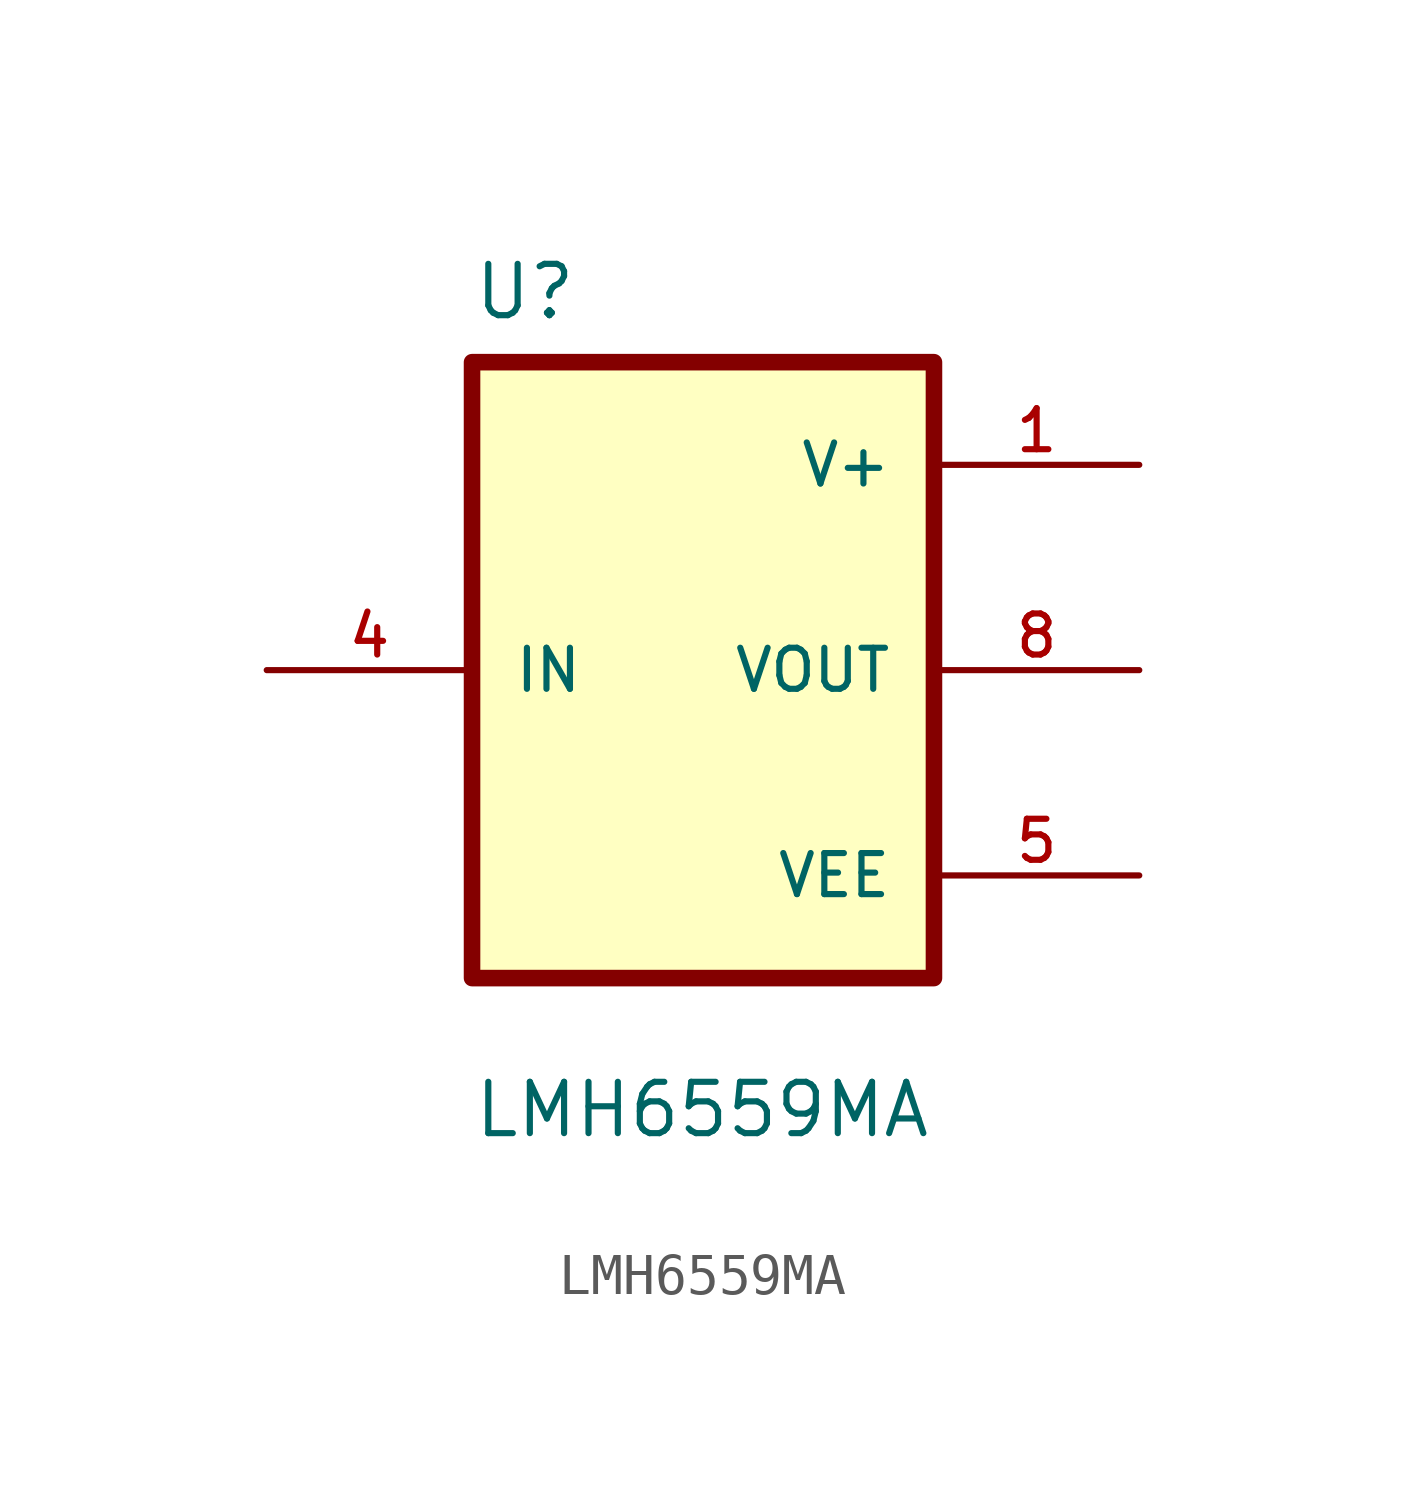
<source format=kicad_sym>
(kicad_symbol_lib
  (version 20241209)
  (generator "kicad_symbol_editor")
  (generator_version "9.0")
  (symbol "LMH6559MA"
    (pin_names
      (offset 1.016))
    (property "Reference" "U"
      (at -12.7 8.62 0)
      (effects (font (size 1.27 1.27)) (justify left bottom)))
    (property "Value" "LMH6559MA"
      (at -12.7 -11.62 0)
      (effects (font (size 1.27 1.27)) (justify left bottom)))
    (symbol "LMH6559MA_0_0"
      (rectangle (start -12.7 7.62) (end -1.27 -7.62) (stroke (width 0.41) (type default)) (fill (type background)))
      (pin input line (at -17.78 0 0) (length 5.08) (name "IN" (effects (font (size 1.016 1.016)))) (number "4" (effects (font (size 1.016 1.016)))))
      (pin power_in line (at 3.81 5.08 180) (length 5.08) (name "V+" (effects (font (size 1.016 1.016)))) (number "1" (effects (font (size 1.016 1.016)))))
      (pin output line (at 3.81 0 180) (length 5.08) (name "VOUT" (effects (font (size 1.016 1.016)))) (number "8" (effects (font (size 1.016 1.016)))))
      (pin power_in line (at 3.81 -5.08 180) (length 5.08) (name "VEE" (effects (font (size 1.016 1.016)))) (number "5" (effects (font (size 1.016 1.016))))))))
</source>
